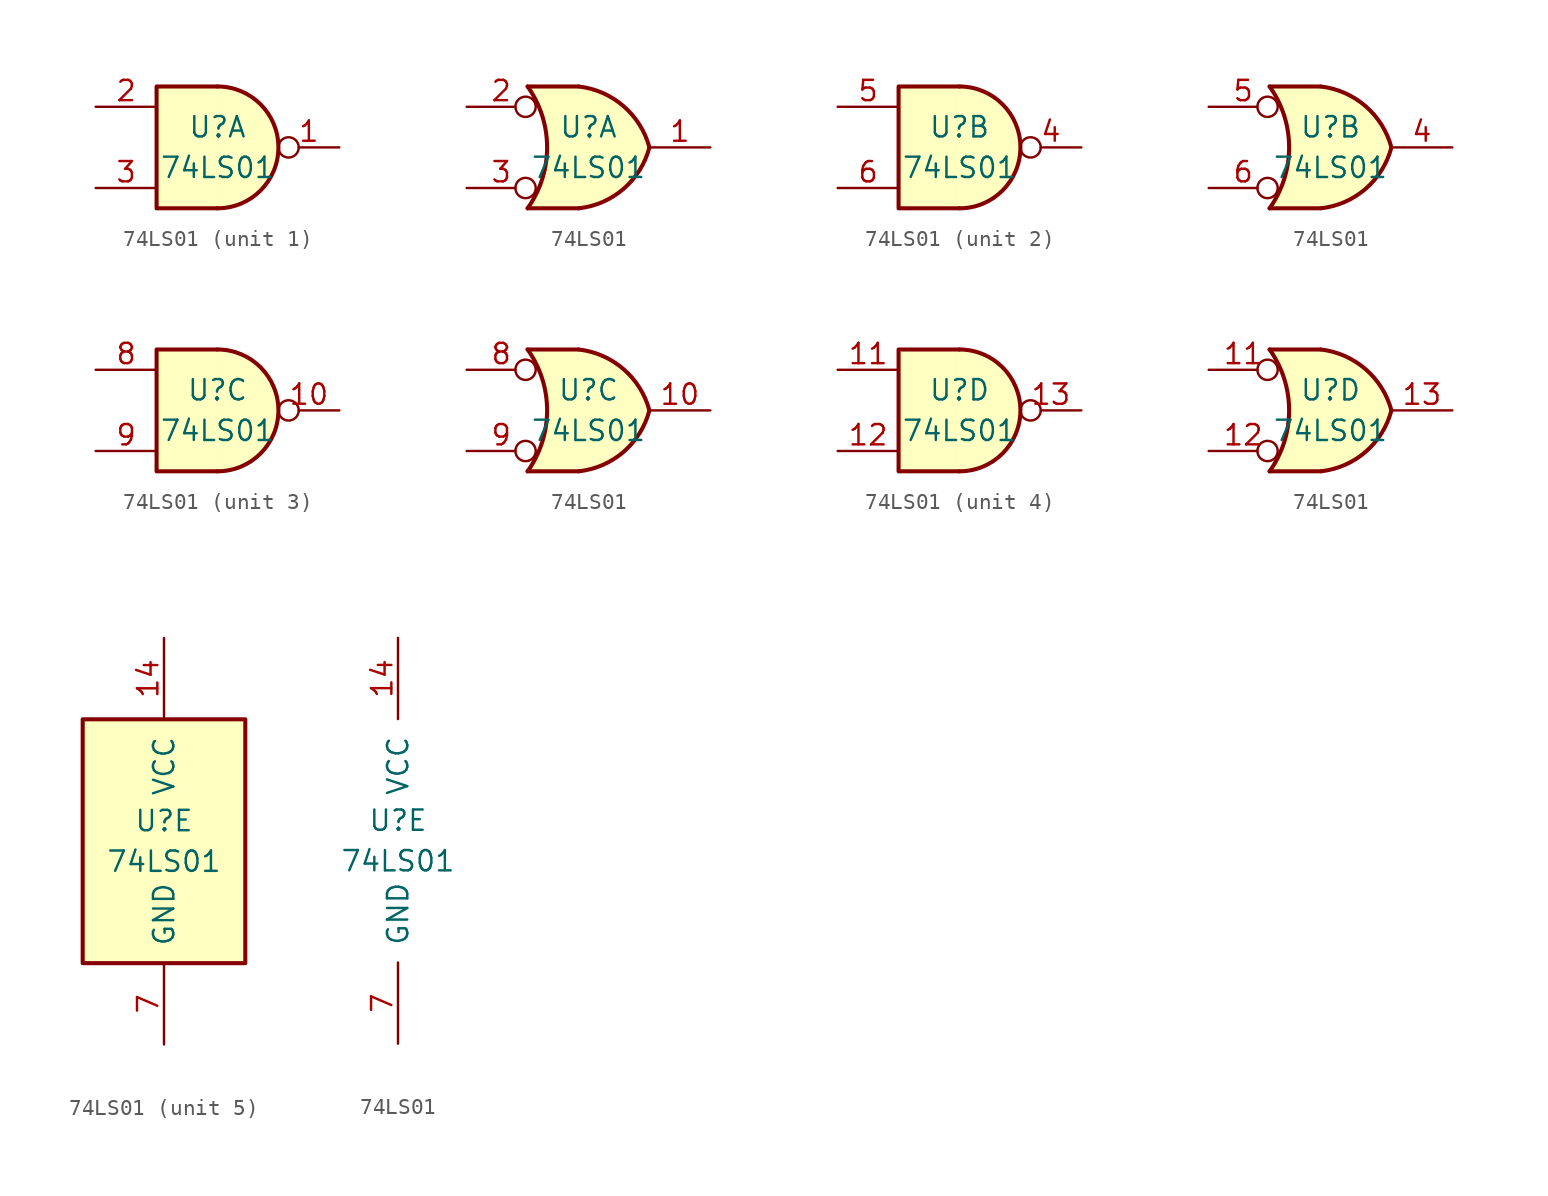
<source format=kicad_sym>
(kicad_symbol_lib
  (version 20201005)
  (generator kicad_symbol_editor)
  (symbol "74LS01"
    (pin_names
      (offset 1.016))
    (property "Reference" "U"
      (at 0 1.27 0)
      (effects (font (size 1.27 1.27))))
    (property "Value" "74LS01"
      (at 0 -1.27 0)
      (effects (font (size 1.27 1.27))))
    (property "ki_locked" ""
      (at 0 0 0)
      (effects (font (size 1.27 1.27))))
    (symbol "74LS01_1_1"
      (arc (start 0 -3.81) (end 0 3.81) (radius (at 0 0) (length 3.81) (angles -89.9 89.9)) (stroke (width 0.254)) (fill (type background)))
      (polyline (pts (xy 0 3.81) (xy -3.81 3.81) (xy -3.81 -3.81) (xy 0 -3.81)) (stroke (width 0.254)) (fill (type background)))
      (pin open_collector inverted (at 7.62 0 180) (length 3.81) (name "~" (effects (font (size 1.27 1.27)))) (number "1" (effects (font (size 1.27 1.27)))))
      (pin input line (at -7.62 2.54 0) (length 3.81) (name "~" (effects (font (size 1.27 1.27)))) (number "2" (effects (font (size 1.27 1.27)))))
      (pin input line (at -7.62 -2.54 0) (length 3.81) (name "~" (effects (font (size 1.27 1.27)))) (number "3" (effects (font (size 1.27 1.27))))))
    (symbol "74LS01_1_2"
      (arc (start -3.81 3.81) (end -3.81 -3.81) (radius (at -9.144 0) (length 6.5532) (angles 35.4 -35.4)) (stroke (width 0.254)) (fill (type none)))
      (arc (start 3.81 0) (end -0.6096 3.81) (radius (at -1.1938 -1.3208) (length 5.1816) (angles 15 83.7)) (stroke (width 0.254)) (fill (type background)))
      (arc (start 3.81 0) (end -0.6096 -3.81) (radius (at -1.1938 1.3208) (length 5.1816) (angles -15 -83.7)) (stroke (width 0.254)) (fill (type background)))
      (polyline (pts (xy -3.81 -3.81) (xy -0.635 -3.81)) (stroke (width 0.254)) (fill (type background)))
      (polyline (pts (xy -3.81 3.81) (xy -0.635 3.81)) (stroke (width 0.254)) (fill (type background)))
      (polyline (pts (xy -0.635 3.81) (xy -3.81 3.81) (xy -3.81 3.81) (xy -3.556 3.404) (xy -3.023 2.261) (xy -2.692 1.041) (xy -2.616 -0.254) (xy -2.769 -1.499) (xy -3.175 -2.718) (xy -3.81 -3.81) (xy -3.81 -3.81) (xy -0.635 -3.81)) (stroke (width -25.4)) (fill (type background)))
      (pin open_collector line (at 7.62 0 180) (length 3.81) (name "~" (effects (font (size 1.27 1.27)))) (number "1" (effects (font (size 1.27 1.27)))))
      (pin input inverted (at -7.62 2.54 0) (length 4.318) (name "~" (effects (font (size 1.27 1.27)))) (number "2" (effects (font (size 1.27 1.27)))))
      (pin input inverted (at -7.62 -2.54 0) (length 4.318) (name "~" (effects (font (size 1.27 1.27)))) (number "3" (effects (font (size 1.27 1.27))))))
    (symbol "74LS01_2_1"
      (arc (start 0 -3.81) (end 0 3.81) (radius (at 0 0) (length 3.81) (angles -89.9 89.9)) (stroke (width 0.254)) (fill (type background)))
      (polyline (pts (xy 0 3.81) (xy -3.81 3.81) (xy -3.81 -3.81) (xy 0 -3.81)) (stroke (width 0.254)) (fill (type background)))
      (pin open_collector inverted (at 7.62 0 180) (length 3.81) (name "~" (effects (font (size 1.27 1.27)))) (number "4" (effects (font (size 1.27 1.27)))))
      (pin input line (at -7.62 2.54 0) (length 3.81) (name "~" (effects (font (size 1.27 1.27)))) (number "5" (effects (font (size 1.27 1.27)))))
      (pin input line (at -7.62 -2.54 0) (length 3.81) (name "~" (effects (font (size 1.27 1.27)))) (number "6" (effects (font (size 1.27 1.27))))))
    (symbol "74LS01_2_2"
      (arc (start -3.81 3.81) (end -3.81 -3.81) (radius (at -9.144 0) (length 6.5532) (angles 35.4 -35.4)) (stroke (width 0.254)) (fill (type none)))
      (arc (start 3.81 0) (end -0.6096 3.81) (radius (at -1.1938 -1.3208) (length 5.1816) (angles 15 83.7)) (stroke (width 0.254)) (fill (type background)))
      (arc (start 3.81 0) (end -0.6096 -3.81) (radius (at -1.1938 1.3208) (length 5.1816) (angles -15 -83.7)) (stroke (width 0.254)) (fill (type background)))
      (polyline (pts (xy -3.81 -3.81) (xy -0.635 -3.81)) (stroke (width 0.254)) (fill (type background)))
      (polyline (pts (xy -3.81 3.81) (xy -0.635 3.81)) (stroke (width 0.254)) (fill (type background)))
      (polyline (pts (xy -0.635 3.81) (xy -3.81 3.81) (xy -3.81 3.81) (xy -3.556 3.404) (xy -3.023 2.261) (xy -2.692 1.041) (xy -2.616 -0.254) (xy -2.769 -1.499) (xy -3.175 -2.718) (xy -3.81 -3.81) (xy -3.81 -3.81) (xy -0.635 -3.81)) (stroke (width -25.4)) (fill (type background)))
      (pin open_collector line (at 7.62 0 180) (length 3.81) (name "~" (effects (font (size 1.27 1.27)))) (number "4" (effects (font (size 1.27 1.27)))))
      (pin input inverted (at -7.62 2.54 0) (length 4.318) (name "~" (effects (font (size 1.27 1.27)))) (number "5" (effects (font (size 1.27 1.27)))))
      (pin input inverted (at -7.62 -2.54 0) (length 4.318) (name "~" (effects (font (size 1.27 1.27)))) (number "6" (effects (font (size 1.27 1.27))))))
    (symbol "74LS01_3_1"
      (arc (start 0 -3.81) (end 0 3.81) (radius (at 0 0) (length 3.81) (angles -89.9 89.9)) (stroke (width 0.254)) (fill (type background)))
      (polyline (pts (xy 0 3.81) (xy -3.81 3.81) (xy -3.81 -3.81) (xy 0 -3.81)) (stroke (width 0.254)) (fill (type background)))
      (pin open_collector inverted (at 7.62 0 180) (length 3.81) (name "~" (effects (font (size 1.27 1.27)))) (number "10" (effects (font (size 1.27 1.27)))))
      (pin input line (at -7.62 2.54 0) (length 3.81) (name "~" (effects (font (size 1.27 1.27)))) (number "8" (effects (font (size 1.27 1.27)))))
      (pin input line (at -7.62 -2.54 0) (length 3.81) (name "~" (effects (font (size 1.27 1.27)))) (number "9" (effects (font (size 1.27 1.27))))))
    (symbol "74LS01_3_2"
      (arc (start -3.81 3.81) (end -3.81 -3.81) (radius (at -9.144 0) (length 6.5532) (angles 35.4 -35.4)) (stroke (width 0.254)) (fill (type none)))
      (arc (start 3.81 0) (end -0.6096 3.81) (radius (at -1.1938 -1.3208) (length 5.1816) (angles 15 83.7)) (stroke (width 0.254)) (fill (type background)))
      (arc (start 3.81 0) (end -0.6096 -3.81) (radius (at -1.1938 1.3208) (length 5.1816) (angles -15 -83.7)) (stroke (width 0.254)) (fill (type background)))
      (polyline (pts (xy -3.81 -3.81) (xy -0.635 -3.81)) (stroke (width 0.254)) (fill (type background)))
      (polyline (pts (xy -3.81 3.81) (xy -0.635 3.81)) (stroke (width 0.254)) (fill (type background)))
      (polyline (pts (xy -0.635 3.81) (xy -3.81 3.81) (xy -3.81 3.81) (xy -3.556 3.404) (xy -3.023 2.261) (xy -2.692 1.041) (xy -2.616 -0.254) (xy -2.769 -1.499) (xy -3.175 -2.718) (xy -3.81 -3.81) (xy -3.81 -3.81) (xy -0.635 -3.81)) (stroke (width -25.4)) (fill (type background)))
      (pin open_collector line (at 7.62 0 180) (length 3.81) (name "~" (effects (font (size 1.27 1.27)))) (number "10" (effects (font (size 1.27 1.27)))))
      (pin input inverted (at -7.62 2.54 0) (length 4.318) (name "~" (effects (font (size 1.27 1.27)))) (number "8" (effects (font (size 1.27 1.27)))))
      (pin input inverted (at -7.62 -2.54 0) (length 4.318) (name "~" (effects (font (size 1.27 1.27)))) (number "9" (effects (font (size 1.27 1.27))))))
    (symbol "74LS01_4_1"
      (arc (start 0 -3.81) (end 0 3.81) (radius (at 0 0) (length 3.81) (angles -89.9 89.9)) (stroke (width 0.254)) (fill (type background)))
      (polyline (pts (xy 0 3.81) (xy -3.81 3.81) (xy -3.81 -3.81) (xy 0 -3.81)) (stroke (width 0.254)) (fill (type background)))
      (pin input line (at -7.62 2.54 0) (length 3.81) (name "~" (effects (font (size 1.27 1.27)))) (number "11" (effects (font (size 1.27 1.27)))))
      (pin input line (at -7.62 -2.54 0) (length 3.81) (name "~" (effects (font (size 1.27 1.27)))) (number "12" (effects (font (size 1.27 1.27)))))
      (pin open_collector inverted (at 7.62 0 180) (length 3.81) (name "~" (effects (font (size 1.27 1.27)))) (number "13" (effects (font (size 1.27 1.27))))))
    (symbol "74LS01_4_2"
      (arc (start -3.81 3.81) (end -3.81 -3.81) (radius (at -9.144 0) (length 6.5532) (angles 35.4 -35.4)) (stroke (width 0.254)) (fill (type none)))
      (arc (start 3.81 0) (end -0.6096 3.81) (radius (at -1.1938 -1.3208) (length 5.1816) (angles 15 83.7)) (stroke (width 0.254)) (fill (type background)))
      (arc (start 3.81 0) (end -0.6096 -3.81) (radius (at -1.1938 1.3208) (length 5.1816) (angles -15 -83.7)) (stroke (width 0.254)) (fill (type background)))
      (polyline (pts (xy -3.81 -3.81) (xy -0.635 -3.81)) (stroke (width 0.254)) (fill (type background)))
      (polyline (pts (xy -3.81 3.81) (xy -0.635 3.81)) (stroke (width 0.254)) (fill (type background)))
      (polyline (pts (xy -0.635 3.81) (xy -3.81 3.81) (xy -3.81 3.81) (xy -3.556 3.404) (xy -3.023 2.261) (xy -2.692 1.041) (xy -2.616 -0.254) (xy -2.769 -1.499) (xy -3.175 -2.718) (xy -3.81 -3.81) (xy -3.81 -3.81) (xy -0.635 -3.81)) (stroke (width -25.4)) (fill (type background)))
      (pin input inverted (at -7.62 2.54 0) (length 4.318) (name "~" (effects (font (size 1.27 1.27)))) (number "11" (effects (font (size 1.27 1.27)))))
      (pin input inverted (at -7.62 -2.54 0) (length 4.318) (name "~" (effects (font (size 1.27 1.27)))) (number "12" (effects (font (size 1.27 1.27)))))
      (pin open_collector line (at 7.62 0 180) (length 3.81) (name "~" (effects (font (size 1.27 1.27)))) (number "13" (effects (font (size 1.27 1.27))))))
    (symbol "74LS01_5_0"
      (pin power_in line (at 0 12.7 270) (length 5.08) (name "VCC" (effects (font (size 1.27 1.27)))) (number "14" (effects (font (size 1.27 1.27)))))
      (pin power_in line (at 0 -12.7 90) (length 5.08) (name "GND" (effects (font (size 1.27 1.27)))) (number "7" (effects (font (size 1.27 1.27))))))
    (symbol "74LS01_5_1"
      (rectangle (start -5.08 7.62) (end 5.08 -7.62) (stroke (width 0.254)) (fill (type background))))))
</source>
